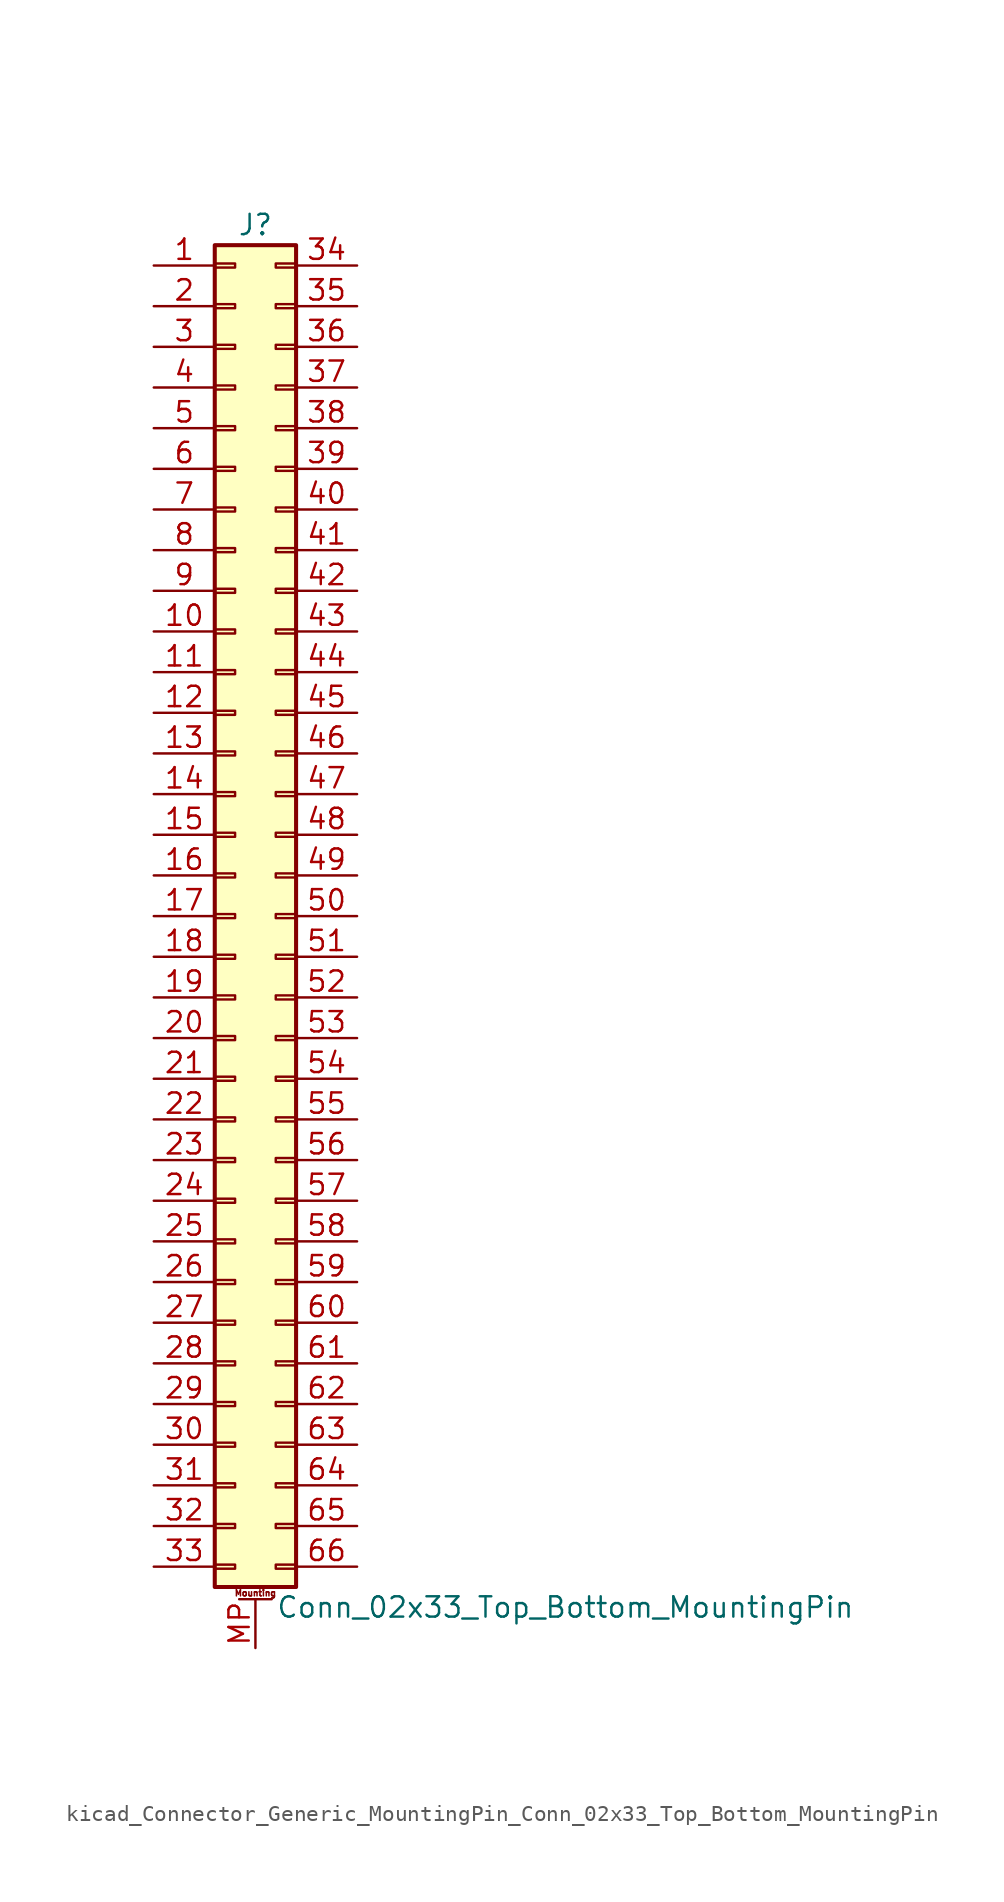
<source format=kicad_sym>
(kicad_symbol_lib
  (version 20220914)
  (generator kicad_symbol_editor)
  (symbol "kicad_Connector_Generic_MountingPin_Conn_02x33_Top_Bottom_MountingPin"
    (pin_names
      (offset 1.016) hide)
    (property "Reference" "J"
      (at 1.27 43.18 0)
      (effects (font (size 1.27 1.27))))
    (property "Value" "Conn_02x33_Top_Bottom_MountingPin"
      (at 2.54 -43.18 0)
      (effects (font (size 1.27 1.27)) (justify left)))
    (symbol "kicad_Connector_Generic_MountingPin_Conn_02x33_Top_Bottom_MountingPin_1_1"
      (rectangle (start -1.27 -40.513) (end 0 -40.767) (stroke (width 0.152) (type default)) (fill (type none)))
      (rectangle (start -1.27 -37.973) (end 0 -38.227) (stroke (width 0.152) (type default)) (fill (type none)))
      (rectangle (start -1.27 -35.433) (end 0 -35.687) (stroke (width 0.152) (type default)) (fill (type none)))
      (rectangle (start -1.27 -32.893) (end 0 -33.147) (stroke (width 0.152) (type default)) (fill (type none)))
      (rectangle (start -1.27 -30.353) (end 0 -30.607) (stroke (width 0.152) (type default)) (fill (type none)))
      (rectangle (start -1.27 -27.813) (end 0 -28.067) (stroke (width 0.152) (type default)) (fill (type none)))
      (rectangle (start -1.27 -25.273) (end 0 -25.527) (stroke (width 0.152) (type default)) (fill (type none)))
      (rectangle (start -1.27 -22.733) (end 0 -22.987) (stroke (width 0.152) (type default)) (fill (type none)))
      (rectangle (start -1.27 -20.193) (end 0 -20.447) (stroke (width 0.152) (type default)) (fill (type none)))
      (rectangle (start -1.27 -17.653) (end 0 -17.907) (stroke (width 0.152) (type default)) (fill (type none)))
      (rectangle (start -1.27 -15.113) (end 0 -15.367) (stroke (width 0.152) (type default)) (fill (type none)))
      (rectangle (start -1.27 -12.573) (end 0 -12.827) (stroke (width 0.152) (type default)) (fill (type none)))
      (rectangle (start -1.27 -10.033) (end 0 -10.287) (stroke (width 0.152) (type default)) (fill (type none)))
      (rectangle (start -1.27 -7.493) (end 0 -7.747) (stroke (width 0.152) (type default)) (fill (type none)))
      (rectangle (start -1.27 -4.953) (end 0 -5.207) (stroke (width 0.152) (type default)) (fill (type none)))
      (rectangle (start -1.27 -2.413) (end 0 -2.667) (stroke (width 0.152) (type default)) (fill (type none)))
      (rectangle (start -1.27 0.127) (end 0 -0.127) (stroke (width 0.152) (type default)) (fill (type none)))
      (rectangle (start -1.27 2.667) (end 0 2.413) (stroke (width 0.152) (type default)) (fill (type none)))
      (rectangle (start -1.27 5.207) (end 0 4.953) (stroke (width 0.152) (type default)) (fill (type none)))
      (rectangle (start -1.27 7.747) (end 0 7.493) (stroke (width 0.152) (type default)) (fill (type none)))
      (rectangle (start -1.27 10.287) (end 0 10.033) (stroke (width 0.152) (type default)) (fill (type none)))
      (rectangle (start -1.27 12.827) (end 0 12.573) (stroke (width 0.152) (type default)) (fill (type none)))
      (rectangle (start -1.27 15.367) (end 0 15.113) (stroke (width 0.152) (type default)) (fill (type none)))
      (rectangle (start -1.27 17.907) (end 0 17.653) (stroke (width 0.152) (type default)) (fill (type none)))
      (rectangle (start -1.27 20.447) (end 0 20.193) (stroke (width 0.152) (type default)) (fill (type none)))
      (rectangle (start -1.27 22.987) (end 0 22.733) (stroke (width 0.152) (type default)) (fill (type none)))
      (rectangle (start -1.27 25.527) (end 0 25.273) (stroke (width 0.152) (type default)) (fill (type none)))
      (rectangle (start -1.27 28.067) (end 0 27.813) (stroke (width 0.152) (type default)) (fill (type none)))
      (rectangle (start -1.27 30.607) (end 0 30.353) (stroke (width 0.152) (type default)) (fill (type none)))
      (rectangle (start -1.27 33.147) (end 0 32.893) (stroke (width 0.152) (type default)) (fill (type none)))
      (rectangle (start -1.27 35.687) (end 0 35.433) (stroke (width 0.152) (type default)) (fill (type none)))
      (rectangle (start -1.27 38.227) (end 0 37.973) (stroke (width 0.152) (type default)) (fill (type none)))
      (rectangle (start -1.27 40.767) (end 0 40.513) (stroke (width 0.152) (type default)) (fill (type none)))
      (rectangle (start -1.27 41.91) (end 3.81 -41.91) (stroke (width 0.254) (type default)) (fill (type background)))
      (polyline (pts (xy 0.254 -42.672) (xy 2.286 -42.672)) (stroke (width 0.152) (type default)) (fill (type none)))
      (rectangle (start 3.81 -40.513) (end 2.54 -40.767) (stroke (width 0.152) (type default)) (fill (type none)))
      (rectangle (start 3.81 -37.973) (end 2.54 -38.227) (stroke (width 0.152) (type default)) (fill (type none)))
      (rectangle (start 3.81 -35.433) (end 2.54 -35.687) (stroke (width 0.152) (type default)) (fill (type none)))
      (rectangle (start 3.81 -32.893) (end 2.54 -33.147) (stroke (width 0.152) (type default)) (fill (type none)))
      (rectangle (start 3.81 -30.353) (end 2.54 -30.607) (stroke (width 0.152) (type default)) (fill (type none)))
      (rectangle (start 3.81 -27.813) (end 2.54 -28.067) (stroke (width 0.152) (type default)) (fill (type none)))
      (rectangle (start 3.81 -25.273) (end 2.54 -25.527) (stroke (width 0.152) (type default)) (fill (type none)))
      (rectangle (start 3.81 -22.733) (end 2.54 -22.987) (stroke (width 0.152) (type default)) (fill (type none)))
      (rectangle (start 3.81 -20.193) (end 2.54 -20.447) (stroke (width 0.152) (type default)) (fill (type none)))
      (rectangle (start 3.81 -17.653) (end 2.54 -17.907) (stroke (width 0.152) (type default)) (fill (type none)))
      (rectangle (start 3.81 -15.113) (end 2.54 -15.367) (stroke (width 0.152) (type default)) (fill (type none)))
      (rectangle (start 3.81 -12.573) (end 2.54 -12.827) (stroke (width 0.152) (type default)) (fill (type none)))
      (rectangle (start 3.81 -10.033) (end 2.54 -10.287) (stroke (width 0.152) (type default)) (fill (type none)))
      (rectangle (start 3.81 -7.493) (end 2.54 -7.747) (stroke (width 0.152) (type default)) (fill (type none)))
      (rectangle (start 3.81 -4.953) (end 2.54 -5.207) (stroke (width 0.152) (type default)) (fill (type none)))
      (rectangle (start 3.81 -2.413) (end 2.54 -2.667) (stroke (width 0.152) (type default)) (fill (type none)))
      (rectangle (start 3.81 0.127) (end 2.54 -0.127) (stroke (width 0.152) (type default)) (fill (type none)))
      (rectangle (start 3.81 2.667) (end 2.54 2.413) (stroke (width 0.152) (type default)) (fill (type none)))
      (rectangle (start 3.81 5.207) (end 2.54 4.953) (stroke (width 0.152) (type default)) (fill (type none)))
      (rectangle (start 3.81 7.747) (end 2.54 7.493) (stroke (width 0.152) (type default)) (fill (type none)))
      (rectangle (start 3.81 10.287) (end 2.54 10.033) (stroke (width 0.152) (type default)) (fill (type none)))
      (rectangle (start 3.81 12.827) (end 2.54 12.573) (stroke (width 0.152) (type default)) (fill (type none)))
      (rectangle (start 3.81 15.367) (end 2.54 15.113) (stroke (width 0.152) (type default)) (fill (type none)))
      (rectangle (start 3.81 17.907) (end 2.54 17.653) (stroke (width 0.152) (type default)) (fill (type none)))
      (rectangle (start 3.81 20.447) (end 2.54 20.193) (stroke (width 0.152) (type default)) (fill (type none)))
      (rectangle (start 3.81 22.987) (end 2.54 22.733) (stroke (width 0.152) (type default)) (fill (type none)))
      (rectangle (start 3.81 25.527) (end 2.54 25.273) (stroke (width 0.152) (type default)) (fill (type none)))
      (rectangle (start 3.81 28.067) (end 2.54 27.813) (stroke (width 0.152) (type default)) (fill (type none)))
      (rectangle (start 3.81 30.607) (end 2.54 30.353) (stroke (width 0.152) (type default)) (fill (type none)))
      (rectangle (start 3.81 33.147) (end 2.54 32.893) (stroke (width 0.152) (type default)) (fill (type none)))
      (rectangle (start 3.81 35.687) (end 2.54 35.433) (stroke (width 0.152) (type default)) (fill (type none)))
      (rectangle (start 3.81 38.227) (end 2.54 37.973) (stroke (width 0.152) (type default)) (fill (type none)))
      (rectangle (start 3.81 40.767) (end 2.54 40.513) (stroke (width 0.152) (type default)) (fill (type none)))
      (text "Mounting" (at 1.27 -42.291 0) (effects (font (size 0.381 0.381))))
      (pin passive line (at -5.08 40.64 0) (length 3.81) (name "Pin_1" (effects (font (size 1.27 1.27)))) (number "1" (effects (font (size 1.27 1.27)))))
      (pin passive line (at -5.08 17.78 0) (length 3.81) (name "Pin_10" (effects (font (size 1.27 1.27)))) (number "10" (effects (font (size 1.27 1.27)))))
      (pin passive line (at -5.08 15.24 0) (length 3.81) (name "Pin_11" (effects (font (size 1.27 1.27)))) (number "11" (effects (font (size 1.27 1.27)))))
      (pin passive line (at -5.08 12.7 0) (length 3.81) (name "Pin_12" (effects (font (size 1.27 1.27)))) (number "12" (effects (font (size 1.27 1.27)))))
      (pin passive line (at -5.08 10.16 0) (length 3.81) (name "Pin_13" (effects (font (size 1.27 1.27)))) (number "13" (effects (font (size 1.27 1.27)))))
      (pin passive line (at -5.08 7.62 0) (length 3.81) (name "Pin_14" (effects (font (size 1.27 1.27)))) (number "14" (effects (font (size 1.27 1.27)))))
      (pin passive line (at -5.08 5.08 0) (length 3.81) (name "Pin_15" (effects (font (size 1.27 1.27)))) (number "15" (effects (font (size 1.27 1.27)))))
      (pin passive line (at -5.08 2.54 0) (length 3.81) (name "Pin_16" (effects (font (size 1.27 1.27)))) (number "16" (effects (font (size 1.27 1.27)))))
      (pin passive line (at -5.08 0 0) (length 3.81) (name "Pin_17" (effects (font (size 1.27 1.27)))) (number "17" (effects (font (size 1.27 1.27)))))
      (pin passive line (at -5.08 -2.54 0) (length 3.81) (name "Pin_18" (effects (font (size 1.27 1.27)))) (number "18" (effects (font (size 1.27 1.27)))))
      (pin passive line (at -5.08 -5.08 0) (length 3.81) (name "Pin_19" (effects (font (size 1.27 1.27)))) (number "19" (effects (font (size 1.27 1.27)))))
      (pin passive line (at -5.08 38.1 0) (length 3.81) (name "Pin_2" (effects (font (size 1.27 1.27)))) (number "2" (effects (font (size 1.27 1.27)))))
      (pin passive line (at -5.08 -7.62 0) (length 3.81) (name "Pin_20" (effects (font (size 1.27 1.27)))) (number "20" (effects (font (size 1.27 1.27)))))
      (pin passive line (at -5.08 -10.16 0) (length 3.81) (name "Pin_21" (effects (font (size 1.27 1.27)))) (number "21" (effects (font (size 1.27 1.27)))))
      (pin passive line (at -5.08 -12.7 0) (length 3.81) (name "Pin_22" (effects (font (size 1.27 1.27)))) (number "22" (effects (font (size 1.27 1.27)))))
      (pin passive line (at -5.08 -15.24 0) (length 3.81) (name "Pin_23" (effects (font (size 1.27 1.27)))) (number "23" (effects (font (size 1.27 1.27)))))
      (pin passive line (at -5.08 -17.78 0) (length 3.81) (name "Pin_24" (effects (font (size 1.27 1.27)))) (number "24" (effects (font (size 1.27 1.27)))))
      (pin passive line (at -5.08 -20.32 0) (length 3.81) (name "Pin_25" (effects (font (size 1.27 1.27)))) (number "25" (effects (font (size 1.27 1.27)))))
      (pin passive line (at -5.08 -22.86 0) (length 3.81) (name "Pin_26" (effects (font (size 1.27 1.27)))) (number "26" (effects (font (size 1.27 1.27)))))
      (pin passive line (at -5.08 -25.4 0) (length 3.81) (name "Pin_27" (effects (font (size 1.27 1.27)))) (number "27" (effects (font (size 1.27 1.27)))))
      (pin passive line (at -5.08 -27.94 0) (length 3.81) (name "Pin_28" (effects (font (size 1.27 1.27)))) (number "28" (effects (font (size 1.27 1.27)))))
      (pin passive line (at -5.08 -30.48 0) (length 3.81) (name "Pin_29" (effects (font (size 1.27 1.27)))) (number "29" (effects (font (size 1.27 1.27)))))
      (pin passive line (at -5.08 35.56 0) (length 3.81) (name "Pin_3" (effects (font (size 1.27 1.27)))) (number "3" (effects (font (size 1.27 1.27)))))
      (pin passive line (at -5.08 -33.02 0) (length 3.81) (name "Pin_30" (effects (font (size 1.27 1.27)))) (number "30" (effects (font (size 1.27 1.27)))))
      (pin passive line (at -5.08 -35.56 0) (length 3.81) (name "Pin_31" (effects (font (size 1.27 1.27)))) (number "31" (effects (font (size 1.27 1.27)))))
      (pin passive line (at -5.08 -38.1 0) (length 3.81) (name "Pin_32" (effects (font (size 1.27 1.27)))) (number "32" (effects (font (size 1.27 1.27)))))
      (pin passive line (at -5.08 -40.64 0) (length 3.81) (name "Pin_33" (effects (font (size 1.27 1.27)))) (number "33" (effects (font (size 1.27 1.27)))))
      (pin passive line (at 7.62 40.64 180) (length 3.81) (name "Pin_34" (effects (font (size 1.27 1.27)))) (number "34" (effects (font (size 1.27 1.27)))))
      (pin passive line (at 7.62 38.1 180) (length 3.81) (name "Pin_35" (effects (font (size 1.27 1.27)))) (number "35" (effects (font (size 1.27 1.27)))))
      (pin passive line (at 7.62 35.56 180) (length 3.81) (name "Pin_36" (effects (font (size 1.27 1.27)))) (number "36" (effects (font (size 1.27 1.27)))))
      (pin passive line (at 7.62 33.02 180) (length 3.81) (name "Pin_37" (effects (font (size 1.27 1.27)))) (number "37" (effects (font (size 1.27 1.27)))))
      (pin passive line (at 7.62 30.48 180) (length 3.81) (name "Pin_38" (effects (font (size 1.27 1.27)))) (number "38" (effects (font (size 1.27 1.27)))))
      (pin passive line (at 7.62 27.94 180) (length 3.81) (name "Pin_39" (effects (font (size 1.27 1.27)))) (number "39" (effects (font (size 1.27 1.27)))))
      (pin passive line (at -5.08 33.02 0) (length 3.81) (name "Pin_4" (effects (font (size 1.27 1.27)))) (number "4" (effects (font (size 1.27 1.27)))))
      (pin passive line (at 7.62 25.4 180) (length 3.81) (name "Pin_40" (effects (font (size 1.27 1.27)))) (number "40" (effects (font (size 1.27 1.27)))))
      (pin passive line (at 7.62 22.86 180) (length 3.81) (name "Pin_41" (effects (font (size 1.27 1.27)))) (number "41" (effects (font (size 1.27 1.27)))))
      (pin passive line (at 7.62 20.32 180) (length 3.81) (name "Pin_42" (effects (font (size 1.27 1.27)))) (number "42" (effects (font (size 1.27 1.27)))))
      (pin passive line (at 7.62 17.78 180) (length 3.81) (name "Pin_43" (effects (font (size 1.27 1.27)))) (number "43" (effects (font (size 1.27 1.27)))))
      (pin passive line (at 7.62 15.24 180) (length 3.81) (name "Pin_44" (effects (font (size 1.27 1.27)))) (number "44" (effects (font (size 1.27 1.27)))))
      (pin passive line (at 7.62 12.7 180) (length 3.81) (name "Pin_45" (effects (font (size 1.27 1.27)))) (number "45" (effects (font (size 1.27 1.27)))))
      (pin passive line (at 7.62 10.16 180) (length 3.81) (name "Pin_46" (effects (font (size 1.27 1.27)))) (number "46" (effects (font (size 1.27 1.27)))))
      (pin passive line (at 7.62 7.62 180) (length 3.81) (name "Pin_47" (effects (font (size 1.27 1.27)))) (number "47" (effects (font (size 1.27 1.27)))))
      (pin passive line (at 7.62 5.08 180) (length 3.81) (name "Pin_48" (effects (font (size 1.27 1.27)))) (number "48" (effects (font (size 1.27 1.27)))))
      (pin passive line (at 7.62 2.54 180) (length 3.81) (name "Pin_49" (effects (font (size 1.27 1.27)))) (number "49" (effects (font (size 1.27 1.27)))))
      (pin passive line (at -5.08 30.48 0) (length 3.81) (name "Pin_5" (effects (font (size 1.27 1.27)))) (number "5" (effects (font (size 1.27 1.27)))))
      (pin passive line (at 7.62 0 180) (length 3.81) (name "Pin_50" (effects (font (size 1.27 1.27)))) (number "50" (effects (font (size 1.27 1.27)))))
      (pin passive line (at 7.62 -2.54 180) (length 3.81) (name "Pin_51" (effects (font (size 1.27 1.27)))) (number "51" (effects (font (size 1.27 1.27)))))
      (pin passive line (at 7.62 -5.08 180) (length 3.81) (name "Pin_52" (effects (font (size 1.27 1.27)))) (number "52" (effects (font (size 1.27 1.27)))))
      (pin passive line (at 7.62 -7.62 180) (length 3.81) (name "Pin_53" (effects (font (size 1.27 1.27)))) (number "53" (effects (font (size 1.27 1.27)))))
      (pin passive line (at 7.62 -10.16 180) (length 3.81) (name "Pin_54" (effects (font (size 1.27 1.27)))) (number "54" (effects (font (size 1.27 1.27)))))
      (pin passive line (at 7.62 -12.7 180) (length 3.81) (name "Pin_55" (effects (font (size 1.27 1.27)))) (number "55" (effects (font (size 1.27 1.27)))))
      (pin passive line (at 7.62 -15.24 180) (length 3.81) (name "Pin_56" (effects (font (size 1.27 1.27)))) (number "56" (effects (font (size 1.27 1.27)))))
      (pin passive line (at 7.62 -17.78 180) (length 3.81) (name "Pin_57" (effects (font (size 1.27 1.27)))) (number "57" (effects (font (size 1.27 1.27)))))
      (pin passive line (at 7.62 -20.32 180) (length 3.81) (name "Pin_58" (effects (font (size 1.27 1.27)))) (number "58" (effects (font (size 1.27 1.27)))))
      (pin passive line (at 7.62 -22.86 180) (length 3.81) (name "Pin_59" (effects (font (size 1.27 1.27)))) (number "59" (effects (font (size 1.27 1.27)))))
      (pin passive line (at -5.08 27.94 0) (length 3.81) (name "Pin_6" (effects (font (size 1.27 1.27)))) (number "6" (effects (font (size 1.27 1.27)))))
      (pin passive line (at 7.62 -25.4 180) (length 3.81) (name "Pin_60" (effects (font (size 1.27 1.27)))) (number "60" (effects (font (size 1.27 1.27)))))
      (pin passive line (at 7.62 -27.94 180) (length 3.81) (name "Pin_61" (effects (font (size 1.27 1.27)))) (number "61" (effects (font (size 1.27 1.27)))))
      (pin passive line (at 7.62 -30.48 180) (length 3.81) (name "Pin_62" (effects (font (size 1.27 1.27)))) (number "62" (effects (font (size 1.27 1.27)))))
      (pin passive line (at 7.62 -33.02 180) (length 3.81) (name "Pin_63" (effects (font (size 1.27 1.27)))) (number "63" (effects (font (size 1.27 1.27)))))
      (pin passive line (at 7.62 -35.56 180) (length 3.81) (name "Pin_64" (effects (font (size 1.27 1.27)))) (number "64" (effects (font (size 1.27 1.27)))))
      (pin passive line (at 7.62 -38.1 180) (length 3.81) (name "Pin_65" (effects (font (size 1.27 1.27)))) (number "65" (effects (font (size 1.27 1.27)))))
      (pin passive line (at 7.62 -40.64 180) (length 3.81) (name "Pin_66" (effects (font (size 1.27 1.27)))) (number "66" (effects (font (size 1.27 1.27)))))
      (pin passive line (at -5.08 25.4 0) (length 3.81) (name "Pin_7" (effects (font (size 1.27 1.27)))) (number "7" (effects (font (size 1.27 1.27)))))
      (pin passive line (at -5.08 22.86 0) (length 3.81) (name "Pin_8" (effects (font (size 1.27 1.27)))) (number "8" (effects (font (size 1.27 1.27)))))
      (pin passive line (at -5.08 20.32 0) (length 3.81) (name "Pin_9" (effects (font (size 1.27 1.27)))) (number "9" (effects (font (size 1.27 1.27)))))
      (pin passive line (at 1.27 -45.72 90) (length 3.048) (name "MountPin" (effects (font (size 1.27 1.27)))) (number "MP" (effects (font (size 1.27 1.27))))))))
</source>
